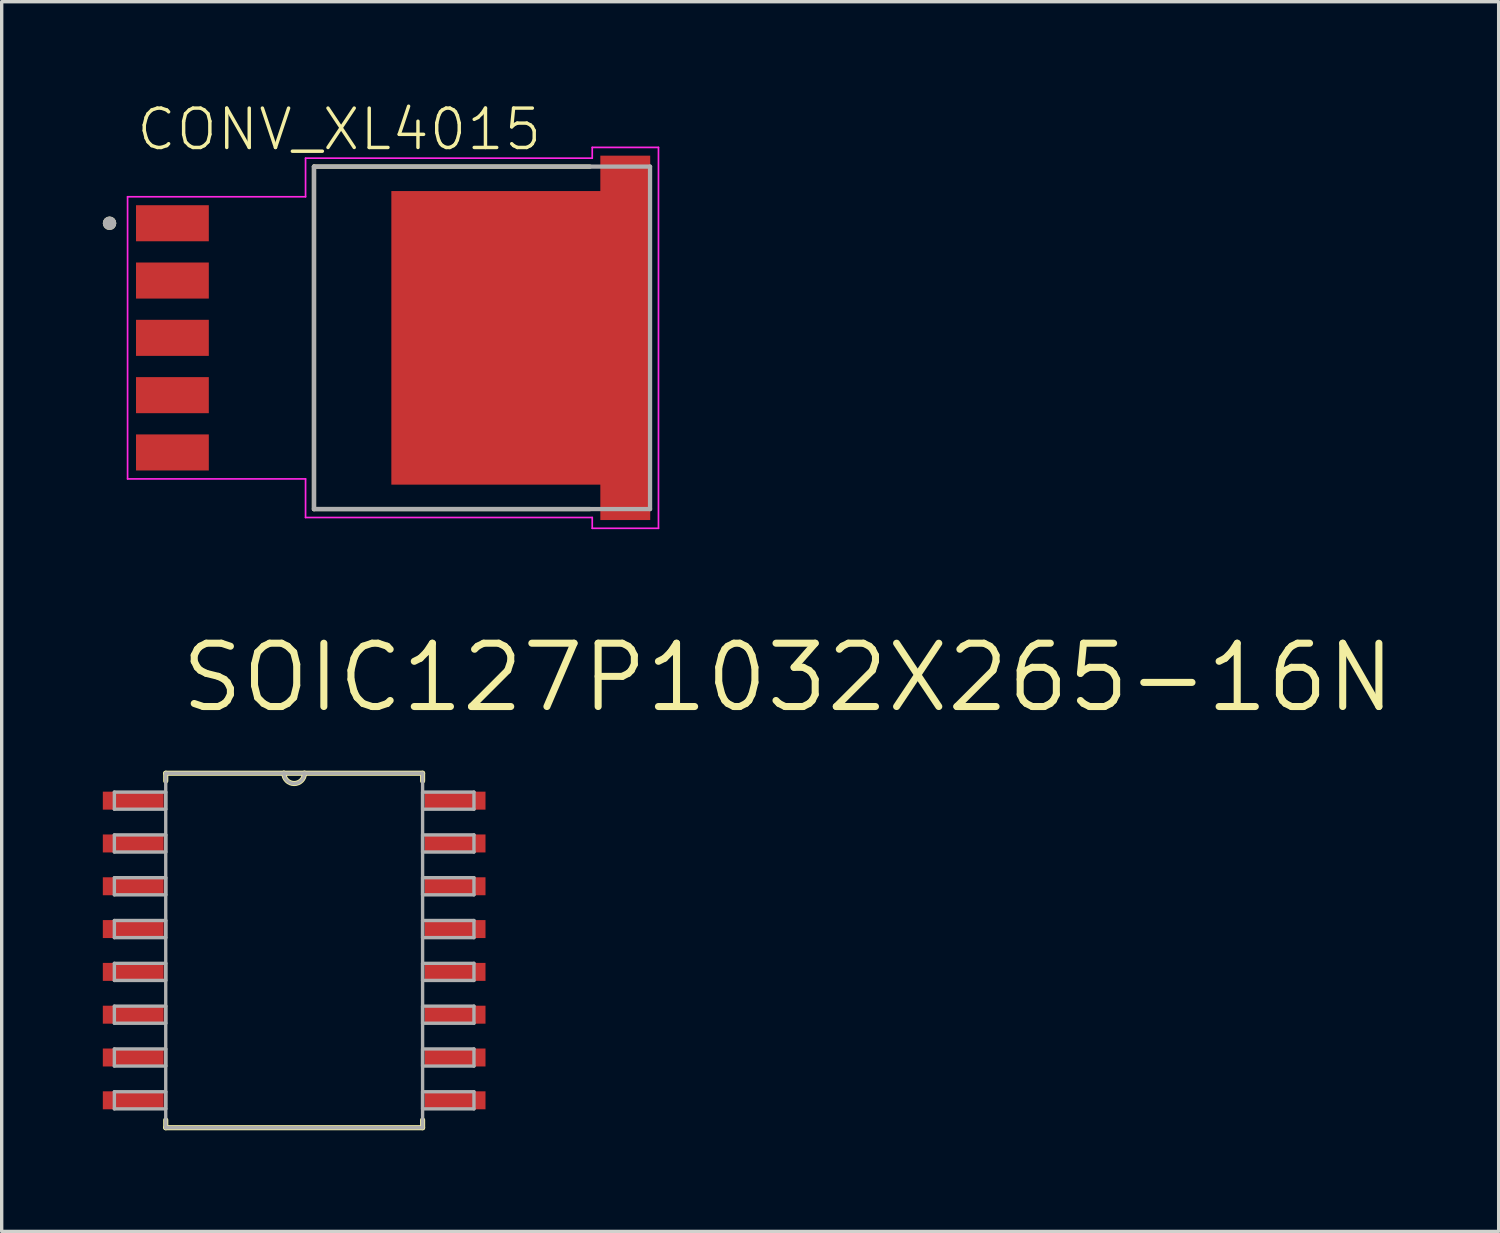
<source format=kicad_pcb>
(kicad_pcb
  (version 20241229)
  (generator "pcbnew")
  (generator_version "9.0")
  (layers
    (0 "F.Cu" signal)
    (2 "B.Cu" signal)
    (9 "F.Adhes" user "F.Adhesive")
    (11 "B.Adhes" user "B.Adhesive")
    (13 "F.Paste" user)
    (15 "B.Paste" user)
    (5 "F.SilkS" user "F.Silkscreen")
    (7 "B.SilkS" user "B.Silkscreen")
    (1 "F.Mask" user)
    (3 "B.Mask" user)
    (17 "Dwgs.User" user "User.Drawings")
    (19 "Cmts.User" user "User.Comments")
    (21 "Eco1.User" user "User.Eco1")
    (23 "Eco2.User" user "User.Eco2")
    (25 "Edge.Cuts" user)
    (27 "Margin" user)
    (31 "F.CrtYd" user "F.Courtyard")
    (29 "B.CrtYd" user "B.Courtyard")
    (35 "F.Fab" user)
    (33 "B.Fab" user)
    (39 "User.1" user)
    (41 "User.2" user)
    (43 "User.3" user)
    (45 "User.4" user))
  (footprint "CONV_XL4015"
    (layer "F.Cu")
    (at 12.4 6.973)
    (property "Reference" "CONV_XL4015" (at -11.46 -5.5 0) (unlocked yes) (layer "F.SilkS") (effects (font (size 1.168 1.168) (thickness 0.102)) (justify left bottom)))
    (fp_poly (pts (xy 3.84 5.405) (xy 2.36 5.405) (xy 2.36 4.355) (xy -3.84 4.355) (xy -3.84 -4.355) (xy 2.36 -4.355) (xy 2.36 -5.405) (xy 3.84 -5.405)) (stroke (width 0) (type default)) (fill yes) (layer "F.Cu"))
    (fp_poly (pts (xy 3.94 5.505) (xy 2.26 5.505) (xy 2.26 4.455) (xy -3.94 4.455) (xy -3.94 -4.455) (xy 2.26 -4.455) (xy 2.26 -5.505) (xy 3.94 -5.505)) (stroke (width 0) (type default)) (fill yes) (layer "F.Mask"))
    (fp_line (start -6.135 -5.08) (end 2.05 -5.08) (stroke (width 0.127) (type solid)) (layer "F.SilkS"))
    (fp_line (start -6.135 5.08) (end -6.135 -5.08) (stroke (width 0.127) (type solid)) (layer "F.SilkS"))
    (fp_line (start 2.05 5.08) (end -6.135 5.08) (stroke (width 0.127) (type solid)) (layer "F.SilkS"))
    (fp_circle (center -12.2 -3.4) (end -12.1 -3.4) (stroke (width 0.2) (type solid)) (fill no) (layer "F.SilkS"))
    (fp_poly (pts (xy -3.2 -3.48) (xy -3.2 -0.88) (xy -0.6 -0.88) (xy -0.6 -3.48)) (stroke (width 0) (type default)) (fill yes) (layer "F.Paste"))
    (fp_poly (pts (xy -3.2 0.88) (xy -3.2 3.48) (xy -0.6 3.48) (xy -0.6 0.88)) (stroke (width 0) (type default)) (fill yes) (layer "F.Paste"))
    (fp_poly (pts (xy 0.6 -3.48) (xy 0.6 -0.88) (xy 3.2 -0.88) (xy 3.2 -3.48)) (stroke (width 0) (type default)) (fill yes) (layer "F.Paste"))
    (fp_poly (pts (xy 0.6 0.88) (xy 0.6 3.48) (xy 3.2 3.48) (xy 3.2 0.88)) (stroke (width 0) (type default)) (fill yes) (layer "F.Paste"))
    (fp_line (start -11.665 -4.185) (end -11.665 4.185) (stroke (width 0.05) (type solid)) (layer "F.CrtYd"))
    (fp_line (start -11.665 4.185) (end -6.385 4.185) (stroke (width 0.05) (type solid)) (layer "F.CrtYd"))
    (fp_line (start -6.385 -5.33) (end -6.385 -4.185) (stroke (width 0.05) (type solid)) (layer "F.CrtYd"))
    (fp_line (start -6.385 -4.185) (end -11.665 -4.185) (stroke (width 0.05) (type solid)) (layer "F.CrtYd"))
    (fp_line (start -6.385 4.185) (end -6.385 5.33) (stroke (width 0.05) (type solid)) (layer "F.CrtYd"))
    (fp_line (start -6.385 5.33) (end 2.12 5.33) (stroke (width 0.05) (type solid)) (layer "F.CrtYd"))
    (fp_line (start 2.12 -5.33) (end -6.385 -5.33) (stroke (width 0.05) (type solid)) (layer "F.CrtYd"))
    (fp_line (start 2.12 -5.33) (end 2.12 -5.65) (stroke (width 0.05) (type solid)) (layer "F.CrtYd"))
    (fp_line (start 2.12 5.65) (end 2.12 5.33) (stroke (width 0.05) (type solid)) (layer "F.CrtYd"))
    (fp_line (start 4.085 -5.65) (end 2.12 -5.65) (stroke (width 0.05) (type solid)) (layer "F.CrtYd"))
    (fp_line (start 4.085 -5.65) (end 4.085 5.65) (stroke (width 0.05) (type solid)) (layer "F.CrtYd"))
    (fp_line (start 4.085 5.65) (end 2.12 5.65) (stroke (width 0.05) (type solid)) (layer "F.CrtYd"))
    (fp_line (start -6.135 -5.08) (end 3.835 -5.08) (stroke (width 0.127) (type solid)) (layer "F.Fab"))
    (fp_line (start -6.135 5.08) (end -6.135 -5.08) (stroke (width 0.127) (type solid)) (layer "F.Fab"))
    (fp_line (start 3.835 -5.08) (end 3.835 5.08) (stroke (width 0.127) (type solid)) (layer "F.Fab"))
    (fp_line (start 3.835 5.08) (end -6.135 5.08) (stroke (width 0.127) (type solid)) (layer "F.Fab"))
    (fp_circle (center -12.2 -3.4) (end -12.1 -3.4) (stroke (width 0.2) (type solid)) (fill no) (layer "F.Fab"))
    (pad "1" smd rect (at -10.335 -3.4) (size 2.16 1.07) (layers "F.Cu" "F.Mask" "F.Paste"))
    (pad "2" smd rect (at -10.335 -1.7) (size 2.16 1.07) (layers "F.Cu" "F.Mask" "F.Paste"))
    (pad "3" smd rect (at -10.335 0) (size 2.16 1.07) (layers "F.Cu" "F.Mask" "F.Paste"))
    (pad "3.1" smd rect (at 0 0) (size 1.27 0.635) (layers "F.Cu"))
    (pad "4" smd rect (at -10.335 1.7) (size 2.16 1.07) (layers "F.Cu" "F.Mask" "F.Paste"))
    (pad "5" smd rect (at -10.335 3.4) (size 2.16 1.07) (layers "F.Cu" "F.Mask" "F.Paste")))
  (footprint "SOIC127P1032X265-16N"
    (layer "F.Cu")
    (at 5.677 25.148)
    (property "Reference" "SOIC127P1032X265-16N" (at -3.46 -6.997 0) (unlocked yes) (layer "F.SilkS") (effects (font (size 1.878 1.878) (thickness 0.209)) (justify left bottom)))
    (fp_line (start -3.81 -5.258) (end -3.81 -5.029) (stroke (width 0.152) (type solid)) (layer "F.SilkS"))
    (fp_line (start -3.81 5.029) (end -3.81 5.258) (stroke (width 0.152) (type solid)) (layer "F.SilkS"))
    (fp_line (start -3.81 5.258) (end 3.81 5.258) (stroke (width 0.152) (type solid)) (layer "F.SilkS"))
    (fp_line (start -0.305 -5.258) (end -3.81 -5.258) (stroke (width 0.152) (type solid)) (layer "F.SilkS"))
    (fp_line (start 0.305 -5.258) (end -0.305 -5.258) (stroke (width 0.152) (type solid)) (layer "F.SilkS"))
    (fp_line (start 3.81 -5.258) (end 0.305 -5.258) (stroke (width 0.152) (type solid)) (layer "F.SilkS"))
    (fp_line (start 3.81 -5.029) (end 3.81 -5.258) (stroke (width 0.152) (type solid)) (layer "F.SilkS"))
    (fp_line (start 3.81 5.258) (end 3.81 5.029) (stroke (width 0.152) (type solid)) (layer "F.SilkS"))
    (fp_arc (start 0.3048 -5.2578) (mid 0 -4.953) (end -0.3048 -5.2578) (stroke (width 0.1524) (type solid)) (layer "F.SilkS"))
    (fp_line (start -5.334 -4.699) (end -5.334 -4.191) (stroke (width 0.1) (type solid)) (layer "F.Fab"))
    (fp_line (start -5.334 -4.191) (end -3.81 -4.191) (stroke (width 0.1) (type solid)) (layer "F.Fab"))
    (fp_line (start -5.334 -3.429) (end -5.334 -2.921) (stroke (width 0.1) (type solid)) (layer "F.Fab"))
    (fp_line (start -5.334 -2.921) (end -3.81 -2.921) (stroke (width 0.1) (type solid)) (layer "F.Fab"))
    (fp_line (start -5.334 -2.159) (end -5.334 -1.651) (stroke (width 0.1) (type solid)) (layer "F.Fab"))
    (fp_line (start -5.334 -1.651) (end -3.81 -1.651) (stroke (width 0.1) (type solid)) (layer "F.Fab"))
    (fp_line (start -5.334 -0.889) (end -5.334 -0.381) (stroke (width 0.1) (type solid)) (layer "F.Fab"))
    (fp_line (start -5.334 -0.381) (end -3.81 -0.381) (stroke (width 0.1) (type solid)) (layer "F.Fab"))
    (fp_line (start -5.334 0.381) (end -5.334 0.889) (stroke (width 0.1) (type solid)) (layer "F.Fab"))
    (fp_line (start -5.334 0.889) (end -3.81 0.889) (stroke (width 0.1) (type solid)) (layer "F.Fab"))
    (fp_line (start -5.334 1.651) (end -5.334 2.159) (stroke (width 0.1) (type solid)) (layer "F.Fab"))
    (fp_line (start -5.334 2.159) (end -3.81 2.159) (stroke (width 0.1) (type solid)) (layer "F.Fab"))
    (fp_line (start -5.334 2.921) (end -5.334 3.429) (stroke (width 0.1) (type solid)) (layer "F.Fab"))
    (fp_line (start -5.334 3.429) (end -3.81 3.429) (stroke (width 0.1) (type solid)) (layer "F.Fab"))
    (fp_line (start -5.334 4.191) (end -5.334 4.699) (stroke (width 0.1) (type solid)) (layer "F.Fab"))
    (fp_line (start -5.334 4.699) (end -3.81 4.699) (stroke (width 0.1) (type solid)) (layer "F.Fab"))
    (fp_line (start -3.81 -5.258) (end -3.81 5.258) (stroke (width 0.1) (type solid)) (layer "F.Fab"))
    (fp_line (start -3.81 -4.699) (end -5.334 -4.699) (stroke (width 0.1) (type solid)) (layer "F.Fab"))
    (fp_line (start -3.81 -4.191) (end -3.81 -4.699) (stroke (width 0.1) (type solid)) (layer "F.Fab"))
    (fp_line (start -3.81 -3.429) (end -5.334 -3.429) (stroke (width 0.1) (type solid)) (layer "F.Fab"))
    (fp_line (start -3.81 -2.921) (end -3.81 -3.429) (stroke (width 0.1) (type solid)) (layer "F.Fab"))
    (fp_line (start -3.81 -2.159) (end -5.334 -2.159) (stroke (width 0.1) (type solid)) (layer "F.Fab"))
    (fp_line (start -3.81 -1.651) (end -3.81 -2.159) (stroke (width 0.1) (type solid)) (layer "F.Fab"))
    (fp_line (start -3.81 -0.889) (end -5.334 -0.889) (stroke (width 0.1) (type solid)) (layer "F.Fab"))
    (fp_line (start -3.81 -0.381) (end -3.81 -0.889) (stroke (width 0.1) (type solid)) (layer "F.Fab"))
    (fp_line (start -3.81 0.381) (end -5.334 0.381) (stroke (width 0.1) (type solid)) (layer "F.Fab"))
    (fp_line (start -3.81 0.889) (end -3.81 0.381) (stroke (width 0.1) (type solid)) (layer "F.Fab"))
    (fp_line (start -3.81 1.651) (end -5.334 1.651) (stroke (width 0.1) (type solid)) (layer "F.Fab"))
    (fp_line (start -3.81 2.159) (end -3.81 1.651) (stroke (width 0.1) (type solid)) (layer "F.Fab"))
    (fp_line (start -3.81 2.921) (end -5.334 2.921) (stroke (width 0.1) (type solid)) (layer "F.Fab"))
    (fp_line (start -3.81 3.429) (end -3.81 2.921) (stroke (width 0.1) (type solid)) (layer "F.Fab"))
    (fp_line (start -3.81 4.191) (end -5.334 4.191) (stroke (width 0.1) (type solid)) (layer "F.Fab"))
    (fp_line (start -3.81 4.699) (end -3.81 4.191) (stroke (width 0.1) (type solid)) (layer "F.Fab"))
    (fp_line (start -3.81 5.258) (end 3.81 5.258) (stroke (width 0.1) (type solid)) (layer "F.Fab"))
    (fp_line (start -0.305 -5.258) (end -3.81 -5.258) (stroke (width 0.1) (type solid)) (layer "F.Fab"))
    (fp_line (start 0.305 -5.258) (end -0.305 -5.258) (stroke (width 0.1) (type solid)) (layer "F.Fab"))
    (fp_line (start 3.81 -5.258) (end 0.305 -5.258) (stroke (width 0.1) (type solid)) (layer "F.Fab"))
    (fp_line (start 3.81 -4.699) (end 3.81 -4.191) (stroke (width 0.1) (type solid)) (layer "F.Fab"))
    (fp_line (start 3.81 -4.191) (end 5.334 -4.191) (stroke (width 0.1) (type solid)) (layer "F.Fab"))
    (fp_line (start 3.81 -3.429) (end 3.81 -2.921) (stroke (width 0.1) (type solid)) (layer "F.Fab"))
    (fp_line (start 3.81 -2.921) (end 5.334 -2.921) (stroke (width 0.1) (type solid)) (layer "F.Fab"))
    (fp_line (start 3.81 -2.159) (end 3.81 -1.651) (stroke (width 0.1) (type solid)) (layer "F.Fab"))
    (fp_line (start 3.81 -1.651) (end 5.334 -1.651) (stroke (width 0.1) (type solid)) (layer "F.Fab"))
    (fp_line (start 3.81 -0.889) (end 3.81 -0.381) (stroke (width 0.1) (type solid)) (layer "F.Fab"))
    (fp_line (start 3.81 -0.381) (end 5.334 -0.381) (stroke (width 0.1) (type solid)) (layer "F.Fab"))
    (fp_line (start 3.81 0.381) (end 3.81 0.889) (stroke (width 0.1) (type solid)) (layer "F.Fab"))
    (fp_line (start 3.81 0.889) (end 5.334 0.889) (stroke (width 0.1) (type solid)) (layer "F.Fab"))
    (fp_line (start 3.81 1.651) (end 3.81 2.159) (stroke (width 0.1) (type solid)) (layer "F.Fab"))
    (fp_line (start 3.81 2.159) (end 5.334 2.159) (stroke (width 0.1) (type solid)) (layer "F.Fab"))
    (fp_line (start 3.81 2.921) (end 3.81 3.429) (stroke (width 0.1) (type solid)) (layer "F.Fab"))
    (fp_line (start 3.81 3.429) (end 5.334 3.429) (stroke (width 0.1) (type solid)) (layer "F.Fab"))
    (fp_line (start 3.81 4.191) (end 3.81 4.699) (stroke (width 0.1) (type solid)) (layer "F.Fab"))
    (fp_line (start 3.81 4.699) (end 5.334 4.699) (stroke (width 0.1) (type solid)) (layer "F.Fab"))
    (fp_line (start 3.81 5.258) (end 3.81 -5.258) (stroke (width 0.1) (type solid)) (layer "F.Fab"))
    (fp_line (start 5.334 -4.699) (end 3.81 -4.699) (stroke (width 0.1) (type solid)) (layer "F.Fab"))
    (fp_line (start 5.334 -4.191) (end 5.334 -4.699) (stroke (width 0.1) (type solid)) (layer "F.Fab"))
    (fp_line (start 5.334 -3.429) (end 3.81 -3.429) (stroke (width 0.1) (type solid)) (layer "F.Fab"))
    (fp_line (start 5.334 -2.921) (end 5.334 -3.429) (stroke (width 0.1) (type solid)) (layer "F.Fab"))
    (fp_line (start 5.334 -2.159) (end 3.81 -2.159) (stroke (width 0.1) (type solid)) (layer "F.Fab"))
    (fp_line (start 5.334 -1.651) (end 5.334 -2.159) (stroke (width 0.1) (type solid)) (layer "F.Fab"))
    (fp_line (start 5.334 -0.889) (end 3.81 -0.889) (stroke (width 0.1) (type solid)) (layer "F.Fab"))
    (fp_line (start 5.334 -0.381) (end 5.334 -0.889) (stroke (width 0.1) (type solid)) (layer "F.Fab"))
    (fp_line (start 5.334 0.381) (end 3.81 0.381) (stroke (width 0.1) (type solid)) (layer "F.Fab"))
    (fp_line (start 5.334 0.889) (end 5.334 0.381) (stroke (width 0.1) (type solid)) (layer "F.Fab"))
    (fp_line (start 5.334 1.651) (end 3.81 1.651) (stroke (width 0.1) (type solid)) (layer "F.Fab"))
    (fp_line (start 5.334 2.159) (end 5.334 1.651) (stroke (width 0.1) (type solid)) (layer "F.Fab"))
    (fp_line (start 5.334 2.921) (end 3.81 2.921) (stroke (width 0.1) (type solid)) (layer "F.Fab"))
    (fp_line (start 5.334 3.429) (end 5.334 2.921) (stroke (width 0.1) (type solid)) (layer "F.Fab"))
    (fp_line (start 5.334 4.191) (end 3.81 4.191) (stroke (width 0.1) (type solid)) (layer "F.Fab"))
    (fp_line (start 5.334 4.699) (end 5.334 4.191) (stroke (width 0.1) (type solid)) (layer "F.Fab"))
    (fp_arc (start 0.3048 -5.2578) (mid 0 -4.953) (end -0.3048 -5.2578) (stroke (width 0.1) (type solid)) (layer "F.Fab"))
    (pad "1" smd rect (at -4.775 -4.445) (size 1.803 0.533) (layers "F.Cu" "F.Mask" "F.Paste"))
    (pad "2" smd rect (at -4.775 -3.175) (size 1.803 0.533) (layers "F.Cu" "F.Mask" "F.Paste"))
    (pad "3" smd rect (at -4.775 -1.905) (size 1.803 0.533) (layers "F.Cu" "F.Mask" "F.Paste"))
    (pad "4" smd rect (at -4.775 -0.635) (size 1.803 0.533) (layers "F.Cu" "F.Mask" "F.Paste"))
    (pad "5" smd rect (at -4.775 0.635) (size 1.803 0.533) (layers "F.Cu" "F.Mask" "F.Paste"))
    (pad "6" smd rect (at -4.775 1.905) (size 1.803 0.533) (layers "F.Cu" "F.Mask" "F.Paste"))
    (pad "7" smd rect (at -4.775 3.175) (size 1.803 0.533) (layers "F.Cu" "F.Mask" "F.Paste"))
    (pad "8" smd rect (at -4.775 4.445) (size 1.803 0.533) (layers "F.Cu" "F.Mask" "F.Paste"))
    (pad "9" smd rect (at 4.775 4.445) (size 1.803 0.533) (layers "F.Cu" "F.Mask" "F.Paste"))
    (pad "10" smd rect (at 4.775 3.175) (size 1.803 0.533) (layers "F.Cu" "F.Mask" "F.Paste"))
    (pad "11" smd rect (at 4.775 1.905) (size 1.803 0.533) (layers "F.Cu" "F.Mask" "F.Paste"))
    (pad "12" smd rect (at 4.775 0.635) (size 1.803 0.533) (layers "F.Cu" "F.Mask" "F.Paste"))
    (pad "13" smd rect (at 4.775 -0.635) (size 1.803 0.533) (layers "F.Cu" "F.Mask" "F.Paste"))
    (pad "14" smd rect (at 4.775 -1.905) (size 1.803 0.533) (layers "F.Cu" "F.Mask" "F.Paste"))
    (pad "15" smd rect (at 4.775 -3.175) (size 1.803 0.533) (layers "F.Cu" "F.Mask" "F.Paste"))
    (pad "16" smd rect (at 4.775 -4.445) (size 1.803 0.533) (layers "F.Cu" "F.Mask" "F.Paste")))
  (gr_rect
    (start -3 -3)
    (end 41.411 33.482)
    (stroke (width 0.1) (type default))
    (fill no)
    (layer "Edge.Cuts")))
</source>
